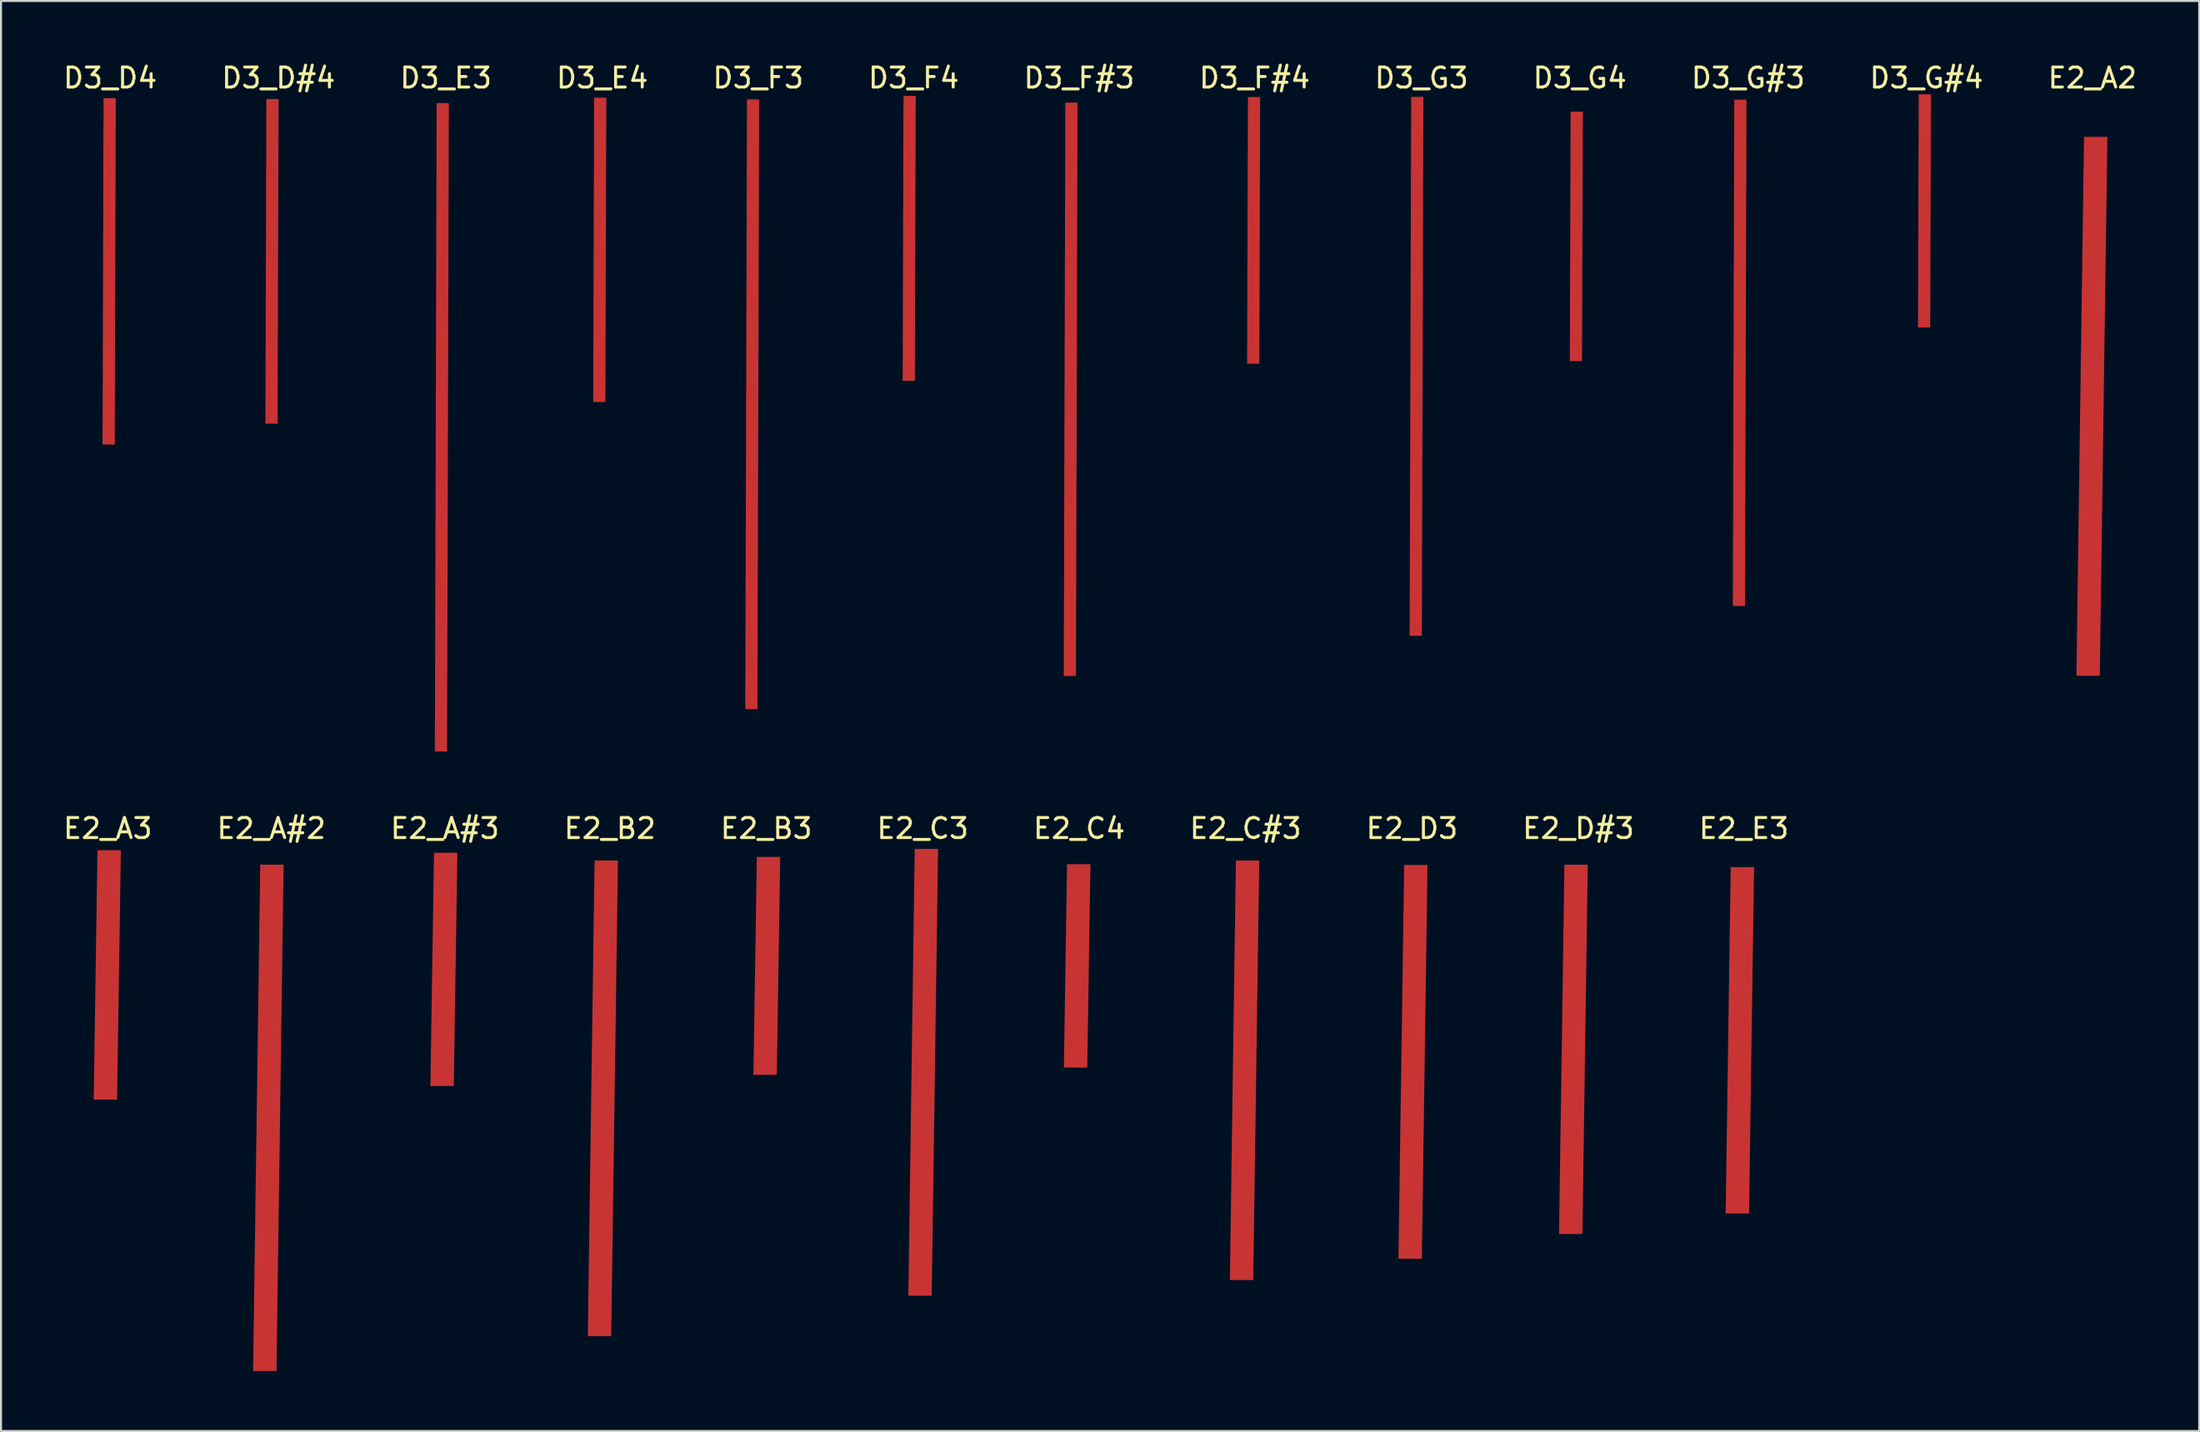
<source format=kicad_pcb>
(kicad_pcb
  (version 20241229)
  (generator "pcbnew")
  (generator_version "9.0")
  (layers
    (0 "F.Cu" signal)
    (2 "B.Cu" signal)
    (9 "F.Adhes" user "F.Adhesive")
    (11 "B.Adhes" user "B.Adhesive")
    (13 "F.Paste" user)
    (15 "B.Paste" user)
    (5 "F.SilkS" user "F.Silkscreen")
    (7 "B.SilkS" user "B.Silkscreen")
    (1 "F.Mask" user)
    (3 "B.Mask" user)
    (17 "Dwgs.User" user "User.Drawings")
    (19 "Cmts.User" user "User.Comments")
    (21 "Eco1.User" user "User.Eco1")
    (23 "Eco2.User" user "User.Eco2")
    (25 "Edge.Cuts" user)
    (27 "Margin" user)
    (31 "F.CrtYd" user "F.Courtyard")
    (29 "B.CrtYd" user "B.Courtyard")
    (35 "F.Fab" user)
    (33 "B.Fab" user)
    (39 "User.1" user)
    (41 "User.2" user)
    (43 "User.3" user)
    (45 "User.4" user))
  (footprint "E2_A#2"
    (layer "F.Cu")
    (at 10.518 37.889)
    (property "Reference" "E2_A#2" (at 0 0.5 0) (layer "F.SilkS") (effects (font (size 1 1) (thickness 0.15))))
    (attr through_hole)
    (pad "1" connect custom (at -0.15 14.975) (size 0.1 0.1) (layers "F.Cu" "F.Mask") (options (anchor rect)) (primitives (gr_poly (pts (xy -0.406 -12.665) (xy -0.763 12.665) (xy 0.406 12.665) (xy 0.763 -12.665)) (width 0) (fill yes)))))
  (footprint "D3_G#3"
    (layer "F.Cu")
    (at 84.363 0.348)
    (property "Reference" "D3_G#3" (at 0 0.5 0) (layer "F.SilkS") (effects (font (size 1 1) (thickness 0.15))))
    (attr through_hole)
    (pad "1" connect custom (at -0.425 14.25) (size 0.1 0.1) (layers "F.Cu" "F.Mask") (options (anchor rect)) (primitives (gr_poly (pts (xy -0.269 -12.665) (xy -0.341 12.665) (xy 0.269 12.665) (xy 0.341 -12.665)) (width 0) (fill yes)))))
  (footprint "D3_G4"
    (layer "F.Cu")
    (at 75.946 0.348)
    (property "Reference" "D3_G4" (at 0 0.5 0) (layer "F.SilkS") (effects (font (size 1 1) (thickness 0.15))))
    (attr through_hole)
    (pad "1" connect custom (at -0.175 8.425) (size 0.1 0.1) (layers "F.Cu" "F.Mask") (options (anchor rect)) (primitives (gr_poly (pts (xy -0.286 -6.239) (xy -0.324 6.239) (xy 0.286 6.239) (xy 0.324 -6.239)) (width 0) (fill yes)))))
  (footprint "E2_C3"
    (layer "F.Cu")
    (at 43.089 37.889)
    (property "Reference" "E2_C3" (at 0 0.5 0) (layer "F.SilkS") (effects (font (size 1 1) (thickness 0.15))))
    (attr through_hole)
    (pad "1" connect custom (at 0.025 12.7) (size 0.1 0.1) (layers "F.Cu" "F.Mask") (options (anchor rect)) (primitives (gr_poly (pts (xy -0.425 -11.174) (xy -0.743 11.174) (xy 0.425 11.174) (xy 0.743 -11.174)) (width 0) (fill yes)))))
  (footprint "D3_E3"
    (layer "F.Cu")
    (at 19.244 0.348)
    (property "Reference" "D3_E3" (at 0 0.5 0) (layer "F.SilkS") (effects (font (size 1 1) (thickness 0.15))))
    (attr through_hole)
    (pad "1" connect custom (at -0.2 17.975) (size 0.1 0.1) (layers "F.Cu" "F.Mask") (options (anchor rect)) (primitives (gr_poly (pts (xy -0.26 -16.217) (xy -0.35 16.217) (xy 0.26 16.217) (xy 0.35 -16.217)) (width 0) (fill yes)))))
  (footprint "D3_F4"
    (layer "F.Cu")
    (at 42.637 0.348)
    (property "Reference" "D3_F4" (at 0 0.5 0) (layer "F.SilkS") (effects (font (size 1 1) (thickness 0.15))))
    (attr through_hole)
    (pad "1" connect custom (at -0.225 8.525) (size 0.1 0.1) (layers "F.Cu" "F.Mask") (options (anchor rect)) (primitives (gr_poly (pts (xy -0.284 -7.125) (xy -0.326 7.125) (xy 0.284 7.125) (xy 0.326 -7.125)) (width 0) (fill yes)))))
  (footprint "E2_D3"
    (layer "F.Cu")
    (at 67.554 37.889)
    (property "Reference" "E2_D3" (at 0 0.5 0) (layer "F.SilkS") (effects (font (size 1 1) (thickness 0.15))))
    (attr through_hole)
    (pad "1" connect custom (at 0.05 12.175) (size 0.1 0.1) (layers "F.Cu" "F.Mask") (options (anchor rect)) (primitives (gr_poly (pts (xy -0.442 -9.846) (xy -0.726 9.846) (xy 0.442 9.846) (xy 0.726 -9.846)) (width 0) (fill yes)))))
  (footprint "D3_D#4"
    (layer "F.Cu")
    (at 10.875 0.348)
    (property "Reference" "D3_D#4" (at 0 0.5 0) (layer "F.SilkS") (effects (font (size 1 1) (thickness 0.15))))
    (attr through_hole)
    (pad "1" connect custom (at -0.325 9.675) (size 0.1 0.1) (layers "F.Cu" "F.Mask") (options (anchor rect)) (primitives (gr_poly (pts (xy -0.281 -8.12) (xy -0.329 8.12) (xy 0.281 8.12) (xy 0.329 -8.12)) (width 0) (fill yes)))))
  (footprint "E2_B2"
    (layer "F.Cu")
    (at 27.446 37.889)
    (property "Reference" "E2_B2" (at 0 0.5 0) (layer "F.SilkS") (effects (font (size 1 1) (thickness 0.15))))
    (attr through_hole)
    (pad "1" connect custom (at -0.35 14) (size 0.1 0.1) (layers "F.Cu" "F.Mask") (options (anchor rect)) (primitives (gr_poly (pts (xy -0.416 -11.898) (xy -0.753 11.898) (xy 0.416 11.898) (xy 0.753 -11.898)) (width 0) (fill yes)))))
  (footprint "E2_A2"
    (layer "F.Cu")
    (at 101.577 0.348)
    (property "Reference" "E2_A2" (at 0 0.5 0) (layer "F.SilkS") (effects (font (size 1 1) (thickness 0.15))))
    (attr through_hole)
    (pad "1" connect custom (at -0.025 16.925) (size 0.1 0.1) (layers "F.Cu" "F.Mask") (options (anchor rect)) (primitives (gr_poly (pts (xy -0.395 -13.478) (xy -0.774 13.478) (xy 0.395 13.478) (xy 0.774 -13.478)) (width 0) (fill yes)))))
  (footprint "E2_C4"
    (layer "F.Cu")
    (at 50.911 37.889)
    (property "Reference" "E2_C4" (at 0 0.5 0) (layer "F.SilkS") (effects (font (size 1 1) (thickness 0.15))))
    (attr through_hole)
    (pad "1" connect custom (at -0.1 7.375) (size 0.1 0.1) (layers "F.Cu" "F.Mask") (options (anchor rect)) (primitives (gr_poly (pts (xy -0.505 -5.087) (xy -0.664 5.087) (xy 0.505 5.087) (xy 0.664 -5.087)) (width 0) (fill yes)))))
  (footprint "E2_B3"
    (layer "F.Cu")
    (at 35.268 37.889)
    (property "Reference" "E2_B3" (at 0 0.5 0) (layer "F.SilkS") (effects (font (size 1 1) (thickness 0.15))))
    (attr through_hole)
    (pad "1" connect custom (at 0.025 7.375) (size 0.1 0.1) (layers "F.Cu" "F.Mask") (options (anchor rect)) (primitives (gr_poly (pts (xy -0.5 -5.449) (xy -0.669 5.449) (xy 0.5 5.449) (xy 0.669 -5.449)) (width 0) (fill yes)))))
  (footprint "D3_G#4"
    (layer "F.Cu")
    (at 93.28 0.348)
    (property "Reference" "D3_G#4" (at 0 0.5 0) (layer "F.SilkS") (effects (font (size 1 1) (thickness 0.15))))
    (attr through_hole)
    (pad "1" connect custom (at -0.1 7.15) (size 0.1 0.1) (layers "F.Cu" "F.Mask") (options (anchor rect)) (primitives (gr_poly (pts (xy -0.287 -5.833) (xy -0.323 5.833) (xy 0.287 5.833) (xy 0.323 -5.833)) (width 0) (fill yes)))))
  (footprint "E2_A#3"
    (layer "F.Cu")
    (at 19.196 37.889)
    (property "Reference" "E2_A#3" (at 0 0.5 0) (layer "F.SilkS") (effects (font (size 1 1) (thickness 0.15))))
    (attr through_hole)
    (pad "1" connect custom (at -0.05 7.55) (size 0.1 0.1) (layers "F.Cu" "F.Mask") (options (anchor rect)) (primitives (gr_poly (pts (xy -0.495 -5.833) (xy -0.674 5.833) (xy 0.495 5.833) (xy 0.674 -5.833)) (width 0) (fill yes)))))
  (footprint "E2_C#3"
    (layer "F.Cu")
    (at 59.232 37.889)
    (property "Reference" "E2_C#3" (at 0 0.5 0) (layer "F.SilkS") (effects (font (size 1 1) (thickness 0.15))))
    (attr through_hole)
    (pad "1" connect custom (at -0.05 12.6) (size 0.1 0.1) (layers "F.Cu" "F.Mask") (options (anchor rect)) (primitives (gr_poly (pts (xy -0.434 -10.491) (xy -0.734 10.491) (xy 0.434 10.491) (xy 0.734 -10.491)) (width 0) (fill yes)))))
  (footprint "D3_E4"
    (layer "F.Cu")
    (at 27.065 0.348)
    (property "Reference" "D3_E4" (at 0 0.5 0) (layer "F.SilkS") (effects (font (size 1 1) (thickness 0.15))))
    (attr through_hole)
    (pad "1" connect custom (at -0.125 9.1) (size 0.1 0.1) (layers "F.Cu" "F.Mask") (options (anchor rect)) (primitives (gr_poly (pts (xy -0.282 -7.609) (xy -0.327 7.609) (xy 0.282 7.609) (xy 0.327 -7.609)) (width 0) (fill yes)))))
  (footprint "E2_D#3"
    (layer "F.Cu")
    (at 75.875 37.889)
    (property "Reference" "E2_D#3" (at 0 0.5 0) (layer "F.SilkS") (effects (font (size 1 1) (thickness 0.15))))
    (attr through_hole)
    (pad "1" connect custom (at -0.25 11.55) (size 0.1 0.1) (layers "F.Cu" "F.Mask") (options (anchor rect)) (primitives (gr_poly (pts (xy -0.45 -9.237) (xy -0.718 9.237) (xy 0.45 9.237) (xy 0.718 -9.237)) (width 0) (fill yes)))))
  (footprint "E2_E3"
    (layer "F.Cu")
    (at 84.149 37.889)
    (property "Reference" "E2_E3" (at 0 0.5 0) (layer "F.SilkS") (effects (font (size 1 1) (thickness 0.15))))
    (attr through_hole)
    (pad "1" connect custom (at -0.2 11.1) (size 0.1 0.1) (layers "F.Cu" "F.Mask") (options (anchor rect)) (primitives (gr_poly (pts (xy -0.458 -8.663) (xy -0.711 8.663) (xy 0.458 8.663) (xy 0.711 -8.663)) (width 0) (fill yes)))))
  (footprint "D3_G3"
    (layer "F.Cu")
    (at 68.03 0.348)
    (property "Reference" "D3_G3" (at 0 0.5 0) (layer "F.SilkS") (effects (font (size 1 1) (thickness 0.15))))
    (attr through_hole)
    (pad "1" connect custom (at -0.25 14.925) (size 0.1 0.1) (layers "F.Cu" "F.Mask") (options (anchor rect)) (primitives (gr_poly (pts (xy -0.267 -13.478) (xy -0.343 13.478) (xy 0.267 13.478) (xy 0.343 -13.478)) (width 0) (fill yes)))))
  (footprint "D3_F#4"
    (layer "F.Cu")
    (at 59.685 0.348)
    (property "Reference" "D3_F#4" (at 0 0.5 0) (layer "F.SilkS") (effects (font (size 1 1) (thickness 0.15))))
    (attr through_hole)
    (pad "1" connect custom (at -0.05 8.125) (size 0.1 0.1) (layers "F.Cu" "F.Mask") (options (anchor rect)) (primitives (gr_poly (pts (xy -0.285 -6.669) (xy -0.325 6.669) (xy 0.285 6.669) (xy 0.325 -6.669)) (width 0) (fill yes)))))
  (footprint "D3_F3"
    (layer "F.Cu")
    (at 34.863 0.348)
    (property "Reference" "D3_F3" (at 0 0.5 0) (layer "F.SilkS") (effects (font (size 1 1) (thickness 0.15))))
    (attr through_hole)
    (pad "1" connect custom (at -0.3 16.825) (size 0.1 0.1) (layers "F.Cu" "F.Mask") (options (anchor rect)) (primitives (gr_poly (pts (xy -0.262 -15.251) (xy -0.347 15.251) (xy 0.262 15.251) (xy 0.347 -15.251)) (width 0) (fill yes)))))
  (footprint "D3_D4"
    (layer "F.Cu")
    (at 2.458 0.348)
    (property "Reference" "D3_D4" (at 0 0.5 0) (layer "F.SilkS") (effects (font (size 1 1) (thickness 0.15))))
    (attr through_hole)
    (pad "1" connect custom (at -0.05 10.175) (size 0.1 0.1) (layers "F.Cu" "F.Mask") (options (anchor rect)) (primitives (gr_poly (pts (xy -0.28 -8.663) (xy -0.33 8.663) (xy 0.28 8.663) (xy 0.33 -8.663)) (width 0) (fill yes)))))
  (footprint "D3_F#3"
    (layer "F.Cu")
    (at 50.911 0.348)
    (property "Reference" "D3_F#3" (at 0 0.5 0) (layer "F.SilkS") (effects (font (size 1 1) (thickness 0.15))))
    (attr through_hole)
    (pad "1" connect custom (at -0.425 16.075) (size 0.1 0.1) (layers "F.Cu" "F.Mask") (options (anchor rect)) (primitives (gr_poly (pts (xy -0.265 -14.339) (xy -0.345 14.339) (xy 0.265 14.339) (xy 0.345 -14.339)) (width 0) (fill yes)))))
  (footprint "E2_A3"
    (layer "F.Cu")
    (at 2.339 37.889)
    (property "Reference" "E2_A3" (at 0 0.5 0) (layer "F.SilkS") (effects (font (size 1 1) (thickness 0.15))))
    (attr through_hole)
    (pad "1" connect custom (at -0.025 7.825) (size 0.1 0.1) (layers "F.Cu" "F.Mask") (options (anchor rect)) (primitives (gr_poly (pts (xy -0.49 -6.239) (xy -0.679 6.239) (xy 0.49 6.239) (xy 0.679 -6.239)) (width 0) (fill yes)))))
  (gr_rect
    (start -3 -3)
    (end 106.917 68.529)
    (stroke (width 0.1) (type default))
    (fill no)
    (layer "Edge.Cuts")))
</source>
